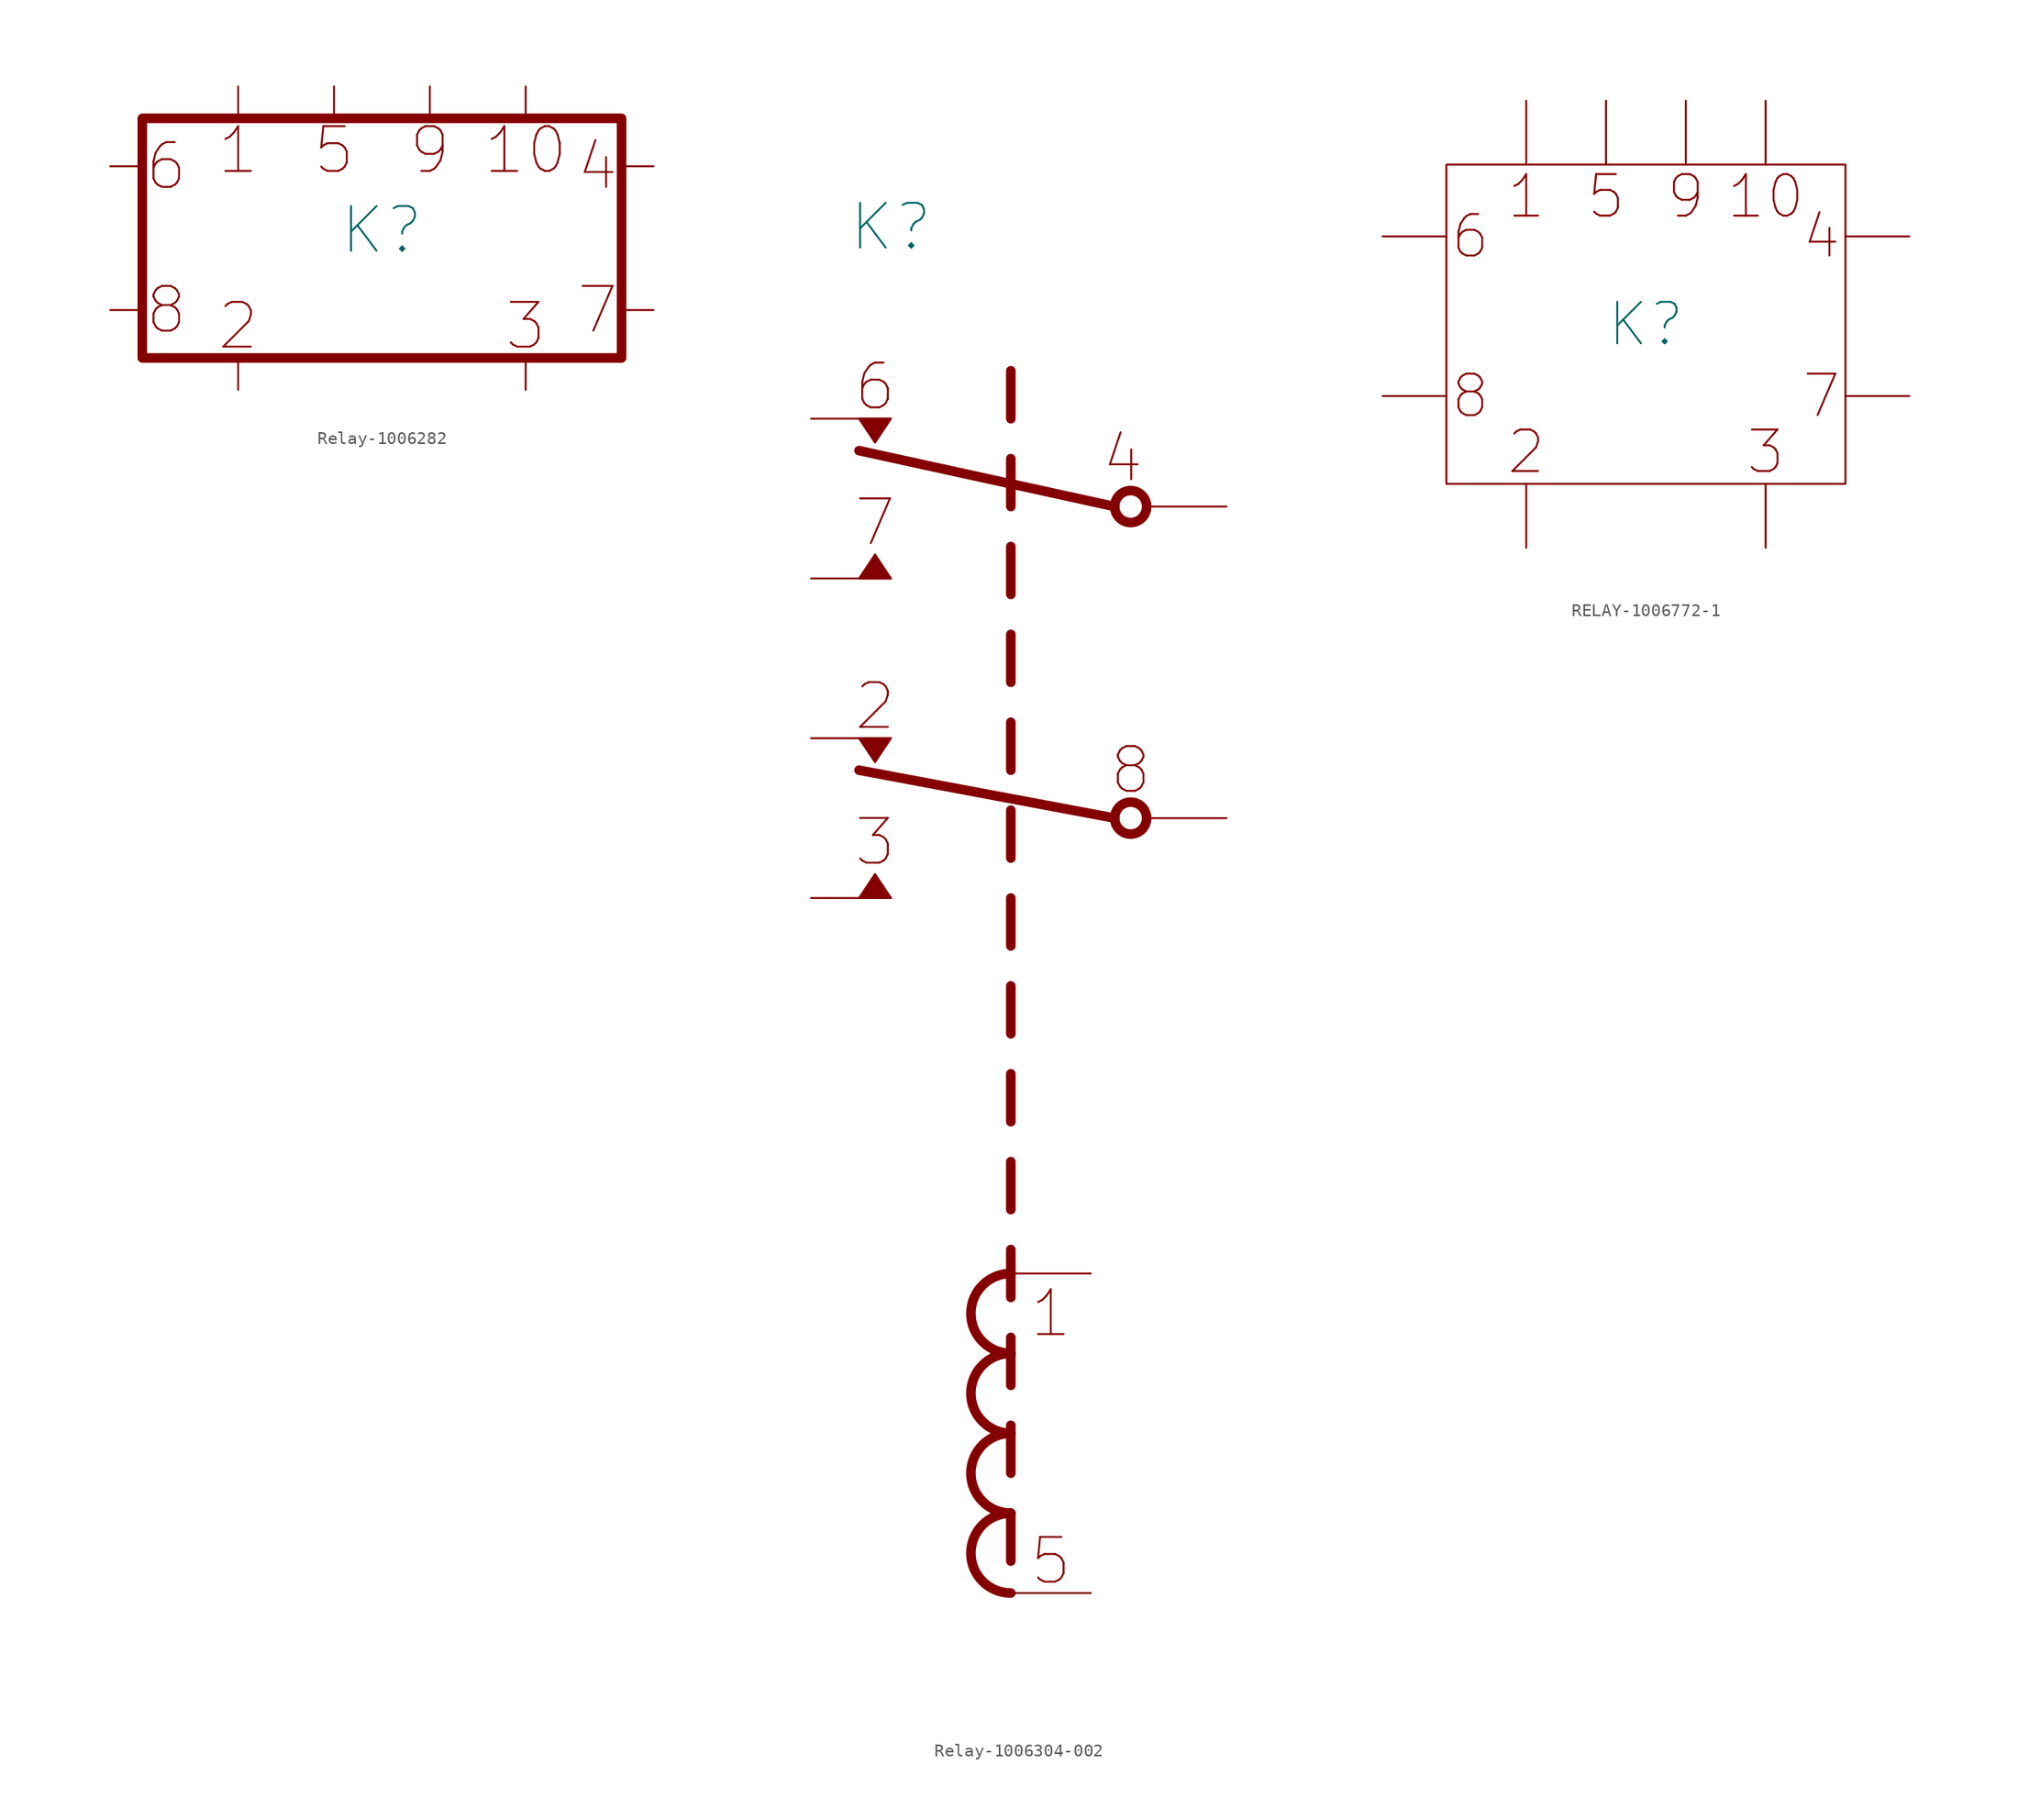
<source format=kicad_sym>
(kicad_symbol_lib
  (version 20211014)
  (generator kicad_symbol_editor)
  (symbol "Relay-1006282"
    (pin_numbers hide)
    (pin_names
      (offset 0) hide)
    (property "Reference" "K"
      (at 0 0.635 0)
      (effects (font (size 3.556 3.556))))
    (symbol "Relay-1006282_0_0"
      (text "1" (at -11.43 6.985 0) (effects (font (size 3.556 3.556))))
      (text "10" (at 11.43 6.985 0) (effects (font (size 3.556 3.556))))
      (text "2" (at -11.43 -6.985 0) (effects (font (size 3.556 3.556))))
      (text "3" (at 11.43 -6.985 0) (effects (font (size 3.556 3.556))))
      (text "4" (at 17.145 5.715 0) (effects (font (size 3.556 3.556))))
      (text "5" (at -3.81 6.985 0) (effects (font (size 3.556 3.556))))
      (text "6" (at -17.145 5.715 0) (effects (font (size 3.556 3.556))))
      (text "7" (at 17.145 -5.715 0) (effects (font (size 3.556 3.556))))
      (text "8" (at -17.145 -5.715 0) (effects (font (size 3.556 3.556))))
      (text "9" (at 3.81 6.985 0) (effects (font (size 3.556 3.556)))))
    (symbol "Relay-1006282_0_1"
      (rectangle (start -19.05 -9.525) (end 19.05 9.525) (stroke (width 0.762) (type default) (color 0 0 0 0)) (fill (type none))))
    (symbol "Relay-1006282_1_1"
      (pin passive line (at -11.43 12.065 270) (length 2.54) (name "1" (effects (font (size 3.556 3.556)))) (number "1" (effects (font (size 1.27 1.27)))))
      (pin passive line (at 11.43 12.065 270) (length 2.54) (name "10" (effects (font (size 3.556 3.556)))) (number "10" (effects (font (size 1.27 1.27)))))
      (pin passive line (at -11.43 -12.065 90) (length 2.54) (name "2" (effects (font (size 3.556 3.556)))) (number "2" (effects (font (size 1.27 1.27)))))
      (pin passive line (at 11.43 -12.065 90) (length 2.54) (name "3" (effects (font (size 3.556 3.556)))) (number "3" (effects (font (size 1.27 1.27)))))
      (pin passive line (at 21.59 5.715 180) (length 2.54) (name "4" (effects (font (size 3.556 3.556)))) (number "4" (effects (font (size 1.27 1.27)))))
      (pin passive line (at -3.81 12.065 270) (length 2.54) (name "5" (effects (font (size 3.556 3.556)))) (number "5" (effects (font (size 1.27 1.27)))))
      (pin passive line (at -21.59 5.715 0) (length 2.54) (name "6" (effects (font (size 3.556 3.556)))) (number "6" (effects (font (size 1.27 1.27)))))
      (pin passive line (at 21.59 -5.715 180) (length 2.54) (name "7" (effects (font (size 3.556 3.556)))) (number "7" (effects (font (size 1.27 1.27)))))
      (pin passive line (at -21.59 -5.715 0) (length 2.54) (name "8" (effects (font (size 3.556 3.556)))) (number "8" (effects (font (size 1.27 1.27)))))
      (pin passive line (at 3.81 12.065 270) (length 2.54) (name "9" (effects (font (size 3.556 3.556)))) (number "9" (effects (font (size 1.27 1.27)))))))
  (symbol "Relay-1006304-002"
    (pin_numbers hide)
    (pin_names
      (offset 0) hide)
    (property "Reference" "K"
      (at 0 15.24 0)
      (effects (font (size 3.556 3.556))))
    (symbol "Relay-1006304-002_0_0"
      (polyline (pts (xy 9.525 -62.865) (xy 9.525 -59.055)) (stroke (width 0.762) (type default) (color 0 0 0 0)) (fill (type none)))
      (polyline (pts (xy 9.525 -55.88) (xy 9.525 -52.07)) (stroke (width 0.762) (type default) (color 0 0 0 0)) (fill (type none)))
      (polyline (pts (xy 9.525 -90.805) (xy 9.525 -86.995) (xy 9.525 -90.805)) (stroke (width 0.762) (type default) (color 0 0 0 0)) (fill (type none)))
      (polyline (pts (xy 9.525 -83.82) (xy 9.525 -80.01) (xy 9.525 -83.82)) (stroke (width 0.762) (type default) (color 0 0 0 0)) (fill (type none)))
      (polyline (pts (xy 9.525 -76.835) (xy 9.525 -73.025) (xy 9.525 -76.835)) (stroke (width 0.762) (type default) (color 0 0 0 0)) (fill (type none)))
      (polyline (pts (xy 9.525 -69.85) (xy 9.525 -66.04) (xy 9.525 -69.85)) (stroke (width 0.762) (type default) (color 0 0 0 0)) (fill (type none)))
      (polyline (pts (xy 9.525 -48.895) (xy 9.525 -45.085) (xy 9.525 -48.895)) (stroke (width 0.762) (type default) (color 0 0 0 0)) (fill (type none)))
      (polyline (pts (xy 9.525 -41.91) (xy 9.525 -38.1) (xy 9.525 -41.91)) (stroke (width 0.762) (type default) (color 0 0 0 0)) (fill (type none)))
      (polyline (pts (xy 9.525 -34.925) (xy 9.525 -31.115) (xy 9.525 -34.925)) (stroke (width 0.762) (type default) (color 0 0 0 0)) (fill (type none)))
      (polyline (pts (xy 9.525 -27.94) (xy 9.525 -24.13) (xy 9.525 -27.94)) (stroke (width 0.762) (type default) (color 0 0 0 0)) (fill (type none)))
      (polyline (pts (xy 9.525 -20.955) (xy 9.525 -17.145) (xy 9.525 -20.955)) (stroke (width 0.762) (type default) (color 0 0 0 0)) (fill (type none)))
      (polyline (pts (xy 9.525 -13.97) (xy 9.525 -10.16) (xy 9.525 -13.97)) (stroke (width 0.762) (type default) (color 0 0 0 0)) (fill (type none)))
      (polyline (pts (xy 9.525 -6.985) (xy 9.525 -3.175) (xy 9.525 -6.985)) (stroke (width 0.762) (type default) (color 0 0 0 0)) (fill (type none)))
      (polyline (pts (xy 9.525 0) (xy 9.525 3.81) (xy 9.525 0)) (stroke (width 0.762) (type default) (color 0 0 0 0)) (fill (type none)))
      (text "1" (at 12.7 -71.12 0) (effects (font (size 3.556 3.556))))
      (text "2" (at -1.27 -22.86 0) (effects (font (size 3.556 3.556))))
      (text "3" (at -1.27 -33.655 0) (effects (font (size 3.556 3.556))))
      (text "4" (at 18.415 -3.175 0) (effects (font (size 3.556 3.556))))
      (text "5" (at 12.7 -90.805 0) (effects (font (size 3.556 3.556))))
      (text "6" (at -1.27 2.54 0) (effects (font (size 3.556 3.556))))
      (text "7" (at -1.27 -8.255 0) (effects (font (size 3.556 3.556))))
      (text "8" (at 19.05 -27.94 0) (effects (font (size 3.556 3.556)))))
    (symbol "Relay-1006304-002_0_1"
      (polyline (pts (xy 17.78 -31.75) (xy -2.54 -27.94)) (stroke (width 0.762) (type default) (color 0 0 0 0)) (fill (type none)))
      (polyline (pts (xy 17.78 -6.985) (xy -2.54 -2.54)) (stroke (width 0.762) (type default) (color 0 0 0 0)) (fill (type none)))
      (polyline (pts (xy 0 -12.7) (xy -1.27 -10.795) (xy -2.54 -12.7) (xy 0 -12.7)) (stroke (width 0) (type default) (color 0 0 0 0)) (fill (type outline)))
      (arc (start 9.525 -86.995) (mid 6.35 -90.17) (end 9.525 -93.345) (stroke (width 0.762) (type default) (color 0 0 0 0)) (fill (type none)))
      (circle (center 19.05 -31.75) (radius 1.27) (stroke (width 0.762) (type default) (color 0 0 0 0)) (fill (type none)))
      (circle (center 19.05 -6.985) (radius 1.27) (stroke (width 0.762) (type default) (color 0 0 0 0)) (fill (type none))))
    (symbol "Relay-1006304-002_1_1"
      (polyline (pts (xy -2.54 -25.4) (xy -1.27 -27.305) (xy 0 -25.4) (xy -2.54 -25.4)) (stroke (width 0) (type default) (color 0 0 0 0)) (fill (type outline)))
      (polyline (pts (xy -2.54 0) (xy -1.27 -1.905) (xy 0 0) (xy -2.54 0)) (stroke (width 0) (type default) (color 0 0 0 0)) (fill (type outline)))
      (polyline (pts (xy 0 -38.1) (xy -1.27 -36.195) (xy -2.54 -38.1) (xy 0 -38.1)) (stroke (width 0) (type default) (color 0 0 0 0)) (fill (type outline)))
      (arc (start 9.525 -80.645) (mid 6.35 -83.82) (end 9.525 -86.995) (stroke (width 0.762) (type default) (color 0 0 0 0)) (fill (type none)))
      (arc (start 9.525 -74.295) (mid 6.35 -77.47) (end 9.525 -80.645) (stroke (width 0.762) (type default) (color 0 0 0 0)) (fill (type none)))
      (arc (start 9.525 -67.945) (mid 6.35 -71.12) (end 9.525 -74.295) (stroke (width 0.762) (type default) (color 0 0 0 0)) (fill (type none)))
      (pin passive line (at 15.875 -67.945 180) (length 6.35) (name "1" (effects (font (size 3.556 3.556)))) (number "1" (effects (font (size 3.556 3.556)))))
      (pin passive line (at -6.35 -25.4 0) (length 6.35) (name "2" (effects (font (size 3.556 3.556)))) (number "2" (effects (font (size 3.556 3.556)))))
      (pin passive line (at -6.35 -38.1 0) (length 6.35) (name "3" (effects (font (size 3.556 3.556)))) (number "3" (effects (font (size 3.556 3.556)))))
      (pin passive line (at 26.67 -6.985 180) (length 6.35) (name "4" (effects (font (size 3.556 3.556)))) (number "4" (effects (font (size 3.556 3.556)))))
      (pin passive line (at 15.875 -93.345 180) (length 6.35) (name "5" (effects (font (size 3.556 3.556)))) (number "5" (effects (font (size 3.556 3.556)))))
      (pin passive line (at -6.35 0 0) (length 6.35) (name "6" (effects (font (size 3.556 3.556)))) (number "6" (effects (font (size 3.556 3.556)))))
      (pin passive line (at -6.35 -12.7 0) (length 6.35) (name "7" (effects (font (size 3.556 3.556)))) (number "7" (effects (font (size 3.556 3.556)))))
      (pin passive line (at 26.67 -31.75 180) (length 6.35) (name "8" (effects (font (size 3.556 3.556)))) (number "8" (effects (font (size 3.556 3.556)))))))
  (symbol "RELAY-1006772-1"
    (pin_numbers hide)
    (pin_names
      (offset 0) hide)
    (property "Reference" "K"
      (at 0 0 0)
      (effects (font (size 3.302 3.302))))
    (symbol "RELAY-1006772-1_0_0"
      (text "1" (at -9.525 10.16 0) (effects (font (size 3.302 3.302))))
      (text "10" (at 9.525 10.16 0) (effects (font (size 3.302 3.302))))
      (text "2" (at -9.525 -10.16 0) (effects (font (size 3.302 3.302))))
      (text "3" (at 9.525 -10.16 0) (effects (font (size 3.302 3.302))))
      (text "4" (at 13.97 6.985 0) (effects (font (size 3.302 3.302))))
      (text "5" (at -3.175 10.16 0) (effects (font (size 3.302 3.302))))
      (text "6" (at -13.97 6.985 0) (effects (font (size 3.302 3.302))))
      (text "7" (at 13.97 -5.715 0) (effects (font (size 3.302 3.302))))
      (text "8" (at -13.97 -5.715 0) (effects (font (size 3.302 3.302))))
      (text "9" (at 3.175 10.16 0) (effects (font (size 3.302 3.302)))))
    (symbol "RELAY-1006772-1_0_1"
      (rectangle (start -15.875 12.7) (end 15.875 -12.7) (stroke (width 0) (type default) (color 0 0 0 0)) (fill (type none))))
    (symbol "RELAY-1006772-1_1_1"
      (pin input line (at -9.525 17.78 270) (length 5.08) (name "1" (effects (font (size 3.302 3.302)))) (number "1" (effects (font (size 3.302 3.302)))))
      (pin input line (at 9.525 17.78 270) (length 5.08) (name "10" (effects (font (size 3.302 3.302)))) (number "10" (effects (font (size 3.302 3.302)))))
      (pin passive line (at -9.525 -17.78 90) (length 5.08) (name "2" (effects (font (size 3.302 3.302)))) (number "2" (effects (font (size 3.302 3.302)))))
      (pin passive line (at 9.525 -17.78 90) (length 5.08) (name "3" (effects (font (size 3.302 3.302)))) (number "3" (effects (font (size 3.302 3.302)))))
      (pin passive line (at 20.955 6.985 180) (length 5.08) (name "4" (effects (font (size 3.302 3.302)))) (number "4" (effects (font (size 3.302 3.302)))))
      (pin input line (at -3.175 17.78 270) (length 5.08) (name "5" (effects (font (size 3.302 3.302)))) (number "5" (effects (font (size 3.302 3.302)))))
      (pin passive line (at -20.955 6.985 0) (length 5.08) (name "6" (effects (font (size 3.302 3.302)))) (number "6" (effects (font (size 3.302 3.302)))))
      (pin passive line (at 20.955 -5.715 180) (length 5.08) (name "7" (effects (font (size 3.302 3.302)))) (number "7" (effects (font (size 3.302 3.302)))))
      (pin passive line (at -20.955 -5.715 0) (length 5.08) (name "8" (effects (font (size 3.302 3.302)))) (number "8" (effects (font (size 3.302 3.302)))))
      (pin input line (at 3.175 17.78 270) (length 5.08) (name "9" (effects (font (size 3.302 3.302)))) (number "9" (effects (font (size 3.302 3.302))))))))
</source>
